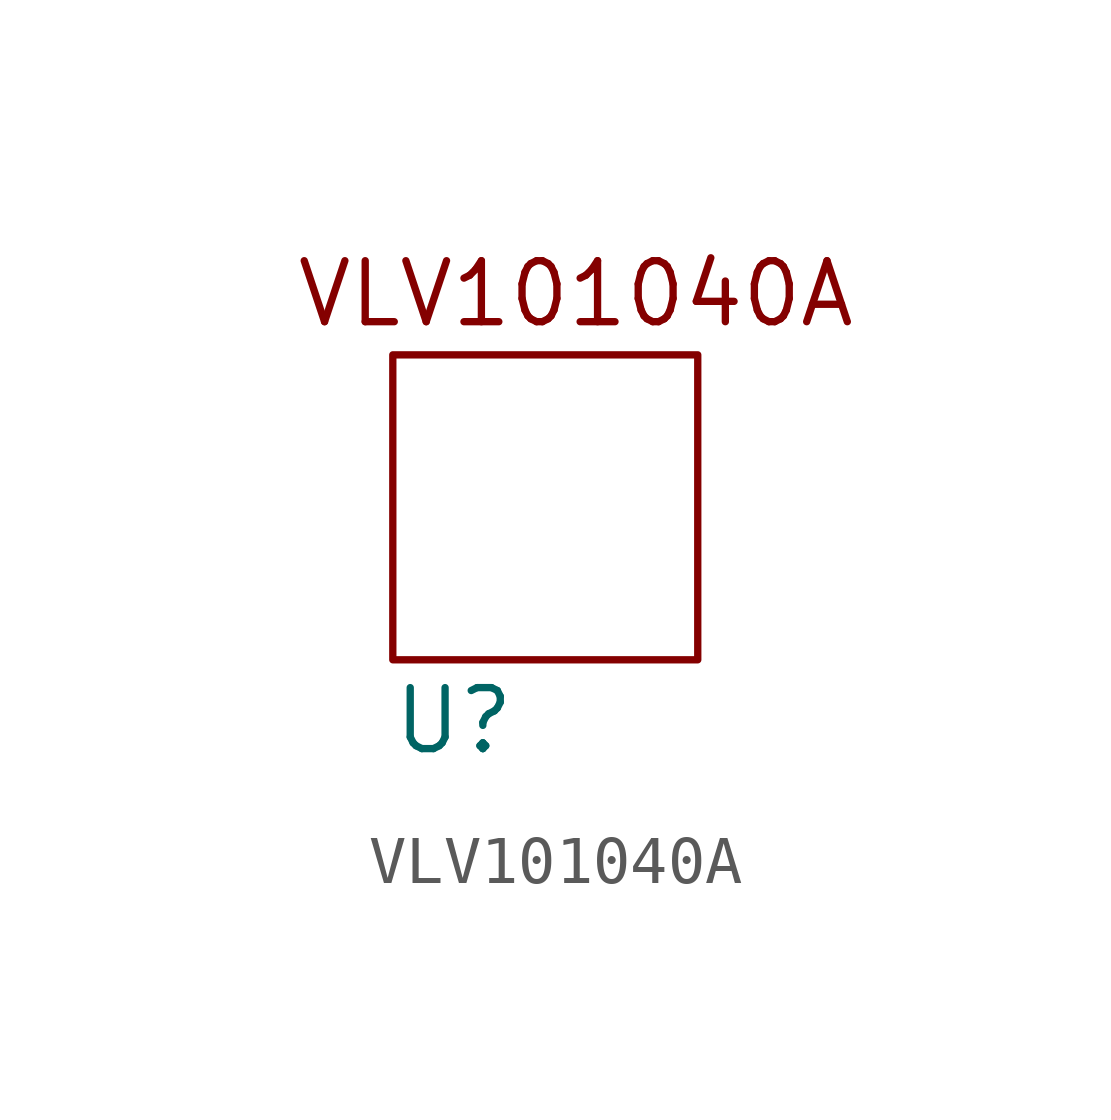
<source format=kicad_sym>
(kicad_symbol_lib
  (version 20220914)
  (generator kicad_symbol_editor)
  (symbol "VLV101040A"
    (property "Reference" "U"
      (at 1.27 -1.27 0)
      (effects (font (size 1.27 1.27))))
    (property "Value" ""
      (at 0 0 0)
      (effects (font (size 1.27 1.27))))
    (symbol "VLV101040A_1_0"
      (pin input line (at -2.54 3.81 0) (length 2.54) hide (name "" (effects (font (size 1.016 1.016)))) (number "1" (effects (font (size 1.016 1.016)))))
      (pin input line (at -2.54 1.27 0) (length 2.54) hide (name "" (effects (font (size 1.016 1.016)))) (number "2" (effects (font (size 1.016 1.016))))))
    (symbol "VLV101040A_1_1"
      (rectangle (start 0 6.35) (end 6.35 0) (stroke (width 0) (type default)) (fill (type none)))
      (text "VLV101040A" (at 3.81 7.62 0) (effects (font (size 1.27 1.27)))))))
</source>
